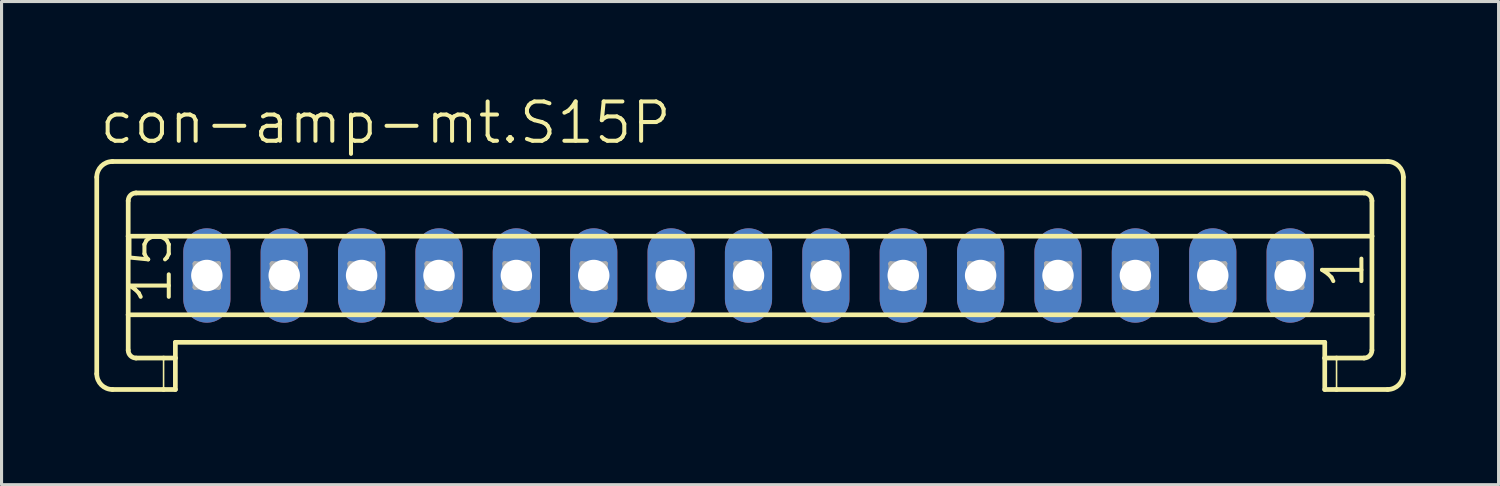
<source format=kicad_pcb>
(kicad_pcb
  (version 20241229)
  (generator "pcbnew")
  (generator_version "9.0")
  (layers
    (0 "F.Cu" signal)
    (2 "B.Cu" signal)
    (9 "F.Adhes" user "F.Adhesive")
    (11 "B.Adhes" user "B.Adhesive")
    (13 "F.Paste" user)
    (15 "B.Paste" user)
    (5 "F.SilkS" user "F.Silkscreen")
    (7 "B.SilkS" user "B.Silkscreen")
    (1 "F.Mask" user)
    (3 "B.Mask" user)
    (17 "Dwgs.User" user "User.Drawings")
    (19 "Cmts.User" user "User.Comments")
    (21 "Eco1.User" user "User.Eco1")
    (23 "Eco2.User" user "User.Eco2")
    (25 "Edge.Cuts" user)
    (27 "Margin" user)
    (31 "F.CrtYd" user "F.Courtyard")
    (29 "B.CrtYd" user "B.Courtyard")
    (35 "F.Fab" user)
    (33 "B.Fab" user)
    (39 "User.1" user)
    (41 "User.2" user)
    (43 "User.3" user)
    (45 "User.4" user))
  (footprint "con-amp-mt.S15P"
    (layer "F.Cu")
    (at 21.133 5.851)
    (property "Reference" "con-amp-mt.S15P" (at -21.032 -4.191 0) (layer "F.SilkS") (effects (font (size 1.27 1.27) (thickness 0.13)) (justify left bottom)))
    (attr through_hole)
    (fp_line (start -21.057 -3.175) (end -21.057 3.175) (stroke (width 0.152) (type default)) (layer "F.SilkS"))
    (fp_line (start -20.549 -3.683) (end 20.65 -3.683) (stroke (width 0.152) (type default)) (layer "F.SilkS"))
    (fp_line (start -20.041 -1.27) (end -20.041 -2.413) (stroke (width 0.152) (type default)) (layer "F.SilkS"))
    (fp_line (start -20.041 -1.27) (end 20.142 -1.27) (stroke (width 0.152) (type default)) (layer "F.SilkS"))
    (fp_line (start -20.041 1.27) (end -20.041 -1.27) (stroke (width 0.152) (type default)) (layer "F.SilkS"))
    (fp_line (start -20.041 1.27) (end 20.142 1.27) (stroke (width 0.152) (type default)) (layer "F.SilkS"))
    (fp_line (start -20.041 2.413) (end -20.041 1.27) (stroke (width 0.152) (type default)) (layer "F.SilkS"))
    (fp_line (start -19.787 -2.667) (end 19.888 -2.667) (stroke (width 0.152) (type default)) (layer "F.SilkS"))
    (fp_line (start -19.787 2.667) (end -18.898 2.667) (stroke (width 0.152) (type default)) (layer "F.SilkS"))
    (fp_line (start -18.898 2.667) (end -18.898 3.683) (stroke (width 0.051) (type default)) (layer "F.SilkS"))
    (fp_line (start -18.898 2.667) (end -18.517 2.667) (stroke (width 0.152) (type default)) (layer "F.SilkS"))
    (fp_line (start -18.898 3.683) (end -20.549 3.683) (stroke (width 0.152) (type default)) (layer "F.SilkS"))
    (fp_line (start -18.517 2.159) (end 18.618 2.159) (stroke (width 0.152) (type default)) (layer "F.SilkS"))
    (fp_line (start -18.517 2.667) (end -18.517 2.159) (stroke (width 0.152) (type default)) (layer "F.SilkS"))
    (fp_line (start -18.517 2.667) (end -18.517 3.683) (stroke (width 0.152) (type default)) (layer "F.SilkS"))
    (fp_line (start -18.517 3.683) (end -18.898 3.683) (stroke (width 0.152) (type default)) (layer "F.SilkS"))
    (fp_line (start 18.618 2.667) (end 18.618 2.159) (stroke (width 0.152) (type default)) (layer "F.SilkS"))
    (fp_line (start 18.618 2.667) (end 18.999 2.667) (stroke (width 0.152) (type default)) (layer "F.SilkS"))
    (fp_line (start 18.618 3.683) (end 18.618 2.667) (stroke (width 0.152) (type default)) (layer "F.SilkS"))
    (fp_line (start 18.999 2.667) (end 18.999 3.683) (stroke (width 0.051) (type default)) (layer "F.SilkS"))
    (fp_line (start 18.999 2.667) (end 19.888 2.667) (stroke (width 0.152) (type default)) (layer "F.SilkS"))
    (fp_line (start 18.999 3.683) (end 18.618 3.683) (stroke (width 0.152) (type default)) (layer "F.SilkS"))
    (fp_line (start 20.142 -1.27) (end 20.142 -2.413) (stroke (width 0.152) (type default)) (layer "F.SilkS"))
    (fp_line (start 20.142 1.27) (end 20.142 -1.27) (stroke (width 0.152) (type default)) (layer "F.SilkS"))
    (fp_line (start 20.142 2.413) (end 20.142 1.27) (stroke (width 0.152) (type default)) (layer "F.SilkS"))
    (fp_line (start 20.65 3.683) (end 18.999 3.683) (stroke (width 0.152) (type default)) (layer "F.SilkS"))
    (fp_line (start 21.158 -3.175) (end 21.158 3.175) (stroke (width 0.152) (type default)) (layer "F.SilkS"))
    (fp_arc (start -21.057 -3.175) (mid -20.90821 -3.53421) (end -20.549 -3.683) (stroke (width 0.1524) (type default)) (layer "F.SilkS"))
    (fp_arc (start -20.549 3.683) (mid -20.90821 3.53421) (end -21.057 3.175) (stroke (width 0.1524) (type default)) (layer "F.SilkS"))
    (fp_arc (start -20.041 -2.413) (mid -19.966605 -2.592605) (end -19.787 -2.667) (stroke (width 0.1524) (type default)) (layer "F.SilkS"))
    (fp_arc (start -19.787 2.667) (mid -19.966605 2.592605) (end -20.041 2.413) (stroke (width 0.1524) (type default)) (layer "F.SilkS"))
    (fp_arc (start 19.888 -2.667) (mid 20.067605 -2.592605) (end 20.142 -2.413) (stroke (width 0.1524) (type default)) (layer "F.SilkS"))
    (fp_arc (start 20.142 2.413) (mid 20.067605 2.592605) (end 19.888 2.667) (stroke (width 0.1524) (type default)) (layer "F.SilkS"))
    (fp_arc (start 20.65 -3.683) (mid 21.00921 -3.53421) (end 21.158 -3.175) (stroke (width 0.1524) (type default)) (layer "F.SilkS"))
    (fp_arc (start 21.158 3.175) (mid 21.00921 3.53421) (end 20.65 3.683) (stroke (width 0.1524) (type default)) (layer "F.SilkS"))
    (fp_line (start -17.882 -0.381) (end -17.882 0.381) (stroke (width 0.152) (type default)) (layer "F.Fab"))
    (fp_line (start -17.882 -0.381) (end -17.12 0.381) (stroke (width 0.152) (type default)) (layer "F.Fab"))
    (fp_line (start -17.882 0.381) (end -17.12 0.381) (stroke (width 0.152) (type default)) (layer "F.Fab"))
    (fp_line (start -17.12 -0.381) (end -17.882 -0.381) (stroke (width 0.152) (type default)) (layer "F.Fab"))
    (fp_line (start -17.12 -0.381) (end -17.882 0.381) (stroke (width 0.152) (type default)) (layer "F.Fab"))
    (fp_line (start -17.12 0.381) (end -17.12 -0.381) (stroke (width 0.152) (type default)) (layer "F.Fab"))
    (fp_line (start -15.393 -0.381) (end -15.393 0.381) (stroke (width 0.152) (type default)) (layer "F.Fab"))
    (fp_line (start -15.393 -0.381) (end -14.631 0.381) (stroke (width 0.152) (type default)) (layer "F.Fab"))
    (fp_line (start -15.393 0.381) (end -14.631 0.381) (stroke (width 0.152) (type default)) (layer "F.Fab"))
    (fp_line (start -14.631 -0.381) (end -15.393 -0.381) (stroke (width 0.152) (type default)) (layer "F.Fab"))
    (fp_line (start -14.631 -0.381) (end -15.393 0.381) (stroke (width 0.152) (type default)) (layer "F.Fab"))
    (fp_line (start -14.631 0.381) (end -14.631 -0.381) (stroke (width 0.152) (type default)) (layer "F.Fab"))
    (fp_line (start -12.878 -0.381) (end -12.878 0.381) (stroke (width 0.152) (type default)) (layer "F.Fab"))
    (fp_line (start -12.878 -0.381) (end -12.116 0.381) (stroke (width 0.152) (type default)) (layer "F.Fab"))
    (fp_line (start -12.878 0.381) (end -12.116 0.381) (stroke (width 0.152) (type default)) (layer "F.Fab"))
    (fp_line (start -12.116 -0.381) (end -12.878 -0.381) (stroke (width 0.152) (type default)) (layer "F.Fab"))
    (fp_line (start -12.116 -0.381) (end -12.878 0.381) (stroke (width 0.152) (type default)) (layer "F.Fab"))
    (fp_line (start -12.116 0.381) (end -12.116 -0.381) (stroke (width 0.152) (type default)) (layer "F.Fab"))
    (fp_line (start -10.389 -0.381) (end -10.389 0.381) (stroke (width 0.152) (type default)) (layer "F.Fab"))
    (fp_line (start -10.389 -0.381) (end -9.627 0.381) (stroke (width 0.152) (type default)) (layer "F.Fab"))
    (fp_line (start -10.389 0.381) (end -9.627 0.381) (stroke (width 0.152) (type default)) (layer "F.Fab"))
    (fp_line (start -9.627 -0.381) (end -10.389 -0.381) (stroke (width 0.152) (type default)) (layer "F.Fab"))
    (fp_line (start -9.627 -0.381) (end -10.389 0.381) (stroke (width 0.152) (type default)) (layer "F.Fab"))
    (fp_line (start -9.627 0.381) (end -9.627 -0.381) (stroke (width 0.152) (type default)) (layer "F.Fab"))
    (fp_line (start -7.875 -0.381) (end -7.875 0.381) (stroke (width 0.152) (type default)) (layer "F.Fab"))
    (fp_line (start -7.875 -0.381) (end -7.113 0.381) (stroke (width 0.152) (type default)) (layer "F.Fab"))
    (fp_line (start -7.875 0.381) (end -7.113 0.381) (stroke (width 0.152) (type default)) (layer "F.Fab"))
    (fp_line (start -7.113 -0.381) (end -7.875 -0.381) (stroke (width 0.152) (type default)) (layer "F.Fab"))
    (fp_line (start -7.113 -0.381) (end -7.875 0.381) (stroke (width 0.152) (type default)) (layer "F.Fab"))
    (fp_line (start -7.113 0.381) (end -7.113 -0.381) (stroke (width 0.152) (type default)) (layer "F.Fab"))
    (fp_line (start -5.385 -0.381) (end -5.385 0.381) (stroke (width 0.152) (type default)) (layer "F.Fab"))
    (fp_line (start -5.385 -0.381) (end -4.623 0.381) (stroke (width 0.152) (type default)) (layer "F.Fab"))
    (fp_line (start -5.385 0.381) (end -4.623 0.381) (stroke (width 0.152) (type default)) (layer "F.Fab"))
    (fp_line (start -4.623 -0.381) (end -5.385 -0.381) (stroke (width 0.152) (type default)) (layer "F.Fab"))
    (fp_line (start -4.623 -0.381) (end -5.385 0.381) (stroke (width 0.152) (type default)) (layer "F.Fab"))
    (fp_line (start -4.623 0.381) (end -4.623 -0.381) (stroke (width 0.152) (type default)) (layer "F.Fab"))
    (fp_line (start -2.896 -0.381) (end -2.896 0.381) (stroke (width 0.152) (type default)) (layer "F.Fab"))
    (fp_line (start -2.896 -0.381) (end -2.134 0.381) (stroke (width 0.152) (type default)) (layer "F.Fab"))
    (fp_line (start -2.896 0.381) (end -2.134 0.381) (stroke (width 0.152) (type default)) (layer "F.Fab"))
    (fp_line (start -2.134 -0.381) (end -2.896 -0.381) (stroke (width 0.152) (type default)) (layer "F.Fab"))
    (fp_line (start -2.134 -0.381) (end -2.896 0.381) (stroke (width 0.152) (type default)) (layer "F.Fab"))
    (fp_line (start -2.134 0.381) (end -2.134 -0.381) (stroke (width 0.152) (type default)) (layer "F.Fab"))
    (fp_line (start -0.407 -0.381) (end -0.407 0.381) (stroke (width 0.152) (type default)) (layer "F.Fab"))
    (fp_line (start -0.407 -0.381) (end 0.355 0.381) (stroke (width 0.152) (type default)) (layer "F.Fab"))
    (fp_line (start -0.407 0.381) (end 0.355 0.381) (stroke (width 0.152) (type default)) (layer "F.Fab"))
    (fp_line (start 0.355 -0.381) (end -0.407 -0.381) (stroke (width 0.152) (type default)) (layer "F.Fab"))
    (fp_line (start 0.355 -0.381) (end -0.407 0.381) (stroke (width 0.152) (type default)) (layer "F.Fab"))
    (fp_line (start 0.355 0.381) (end 0.355 -0.381) (stroke (width 0.152) (type default)) (layer "F.Fab"))
    (fp_line (start 2.108 -0.381) (end 2.108 0.381) (stroke (width 0.152) (type default)) (layer "F.Fab"))
    (fp_line (start 2.108 -0.381) (end 2.87 0.381) (stroke (width 0.152) (type default)) (layer "F.Fab"))
    (fp_line (start 2.108 0.381) (end 2.87 0.381) (stroke (width 0.152) (type default)) (layer "F.Fab"))
    (fp_line (start 2.87 -0.381) (end 2.108 -0.381) (stroke (width 0.152) (type default)) (layer "F.Fab"))
    (fp_line (start 2.87 -0.381) (end 2.108 0.381) (stroke (width 0.152) (type default)) (layer "F.Fab"))
    (fp_line (start 2.87 0.381) (end 2.87 -0.381) (stroke (width 0.152) (type default)) (layer "F.Fab"))
    (fp_line (start 4.597 -0.381) (end 4.597 0.381) (stroke (width 0.152) (type default)) (layer "F.Fab"))
    (fp_line (start 4.597 -0.381) (end 5.359 0.381) (stroke (width 0.152) (type default)) (layer "F.Fab"))
    (fp_line (start 4.597 0.381) (end 5.359 0.381) (stroke (width 0.152) (type default)) (layer "F.Fab"))
    (fp_line (start 5.359 -0.381) (end 4.597 -0.381) (stroke (width 0.152) (type default)) (layer "F.Fab"))
    (fp_line (start 5.359 -0.381) (end 4.597 0.381) (stroke (width 0.152) (type default)) (layer "F.Fab"))
    (fp_line (start 5.359 0.381) (end 5.359 -0.381) (stroke (width 0.152) (type default)) (layer "F.Fab"))
    (fp_line (start 7.137 -0.381) (end 7.137 0.381) (stroke (width 0.152) (type default)) (layer "F.Fab"))
    (fp_line (start 7.137 -0.381) (end 7.899 0.381) (stroke (width 0.152) (type default)) (layer "F.Fab"))
    (fp_line (start 7.137 0.381) (end 7.899 0.381) (stroke (width 0.152) (type default)) (layer "F.Fab"))
    (fp_line (start 7.899 -0.381) (end 7.137 -0.381) (stroke (width 0.152) (type default)) (layer "F.Fab"))
    (fp_line (start 7.899 -0.381) (end 7.137 0.381) (stroke (width 0.152) (type default)) (layer "F.Fab"))
    (fp_line (start 7.899 0.381) (end 7.899 -0.381) (stroke (width 0.152) (type default)) (layer "F.Fab"))
    (fp_line (start 9.626 -0.381) (end 9.626 0.381) (stroke (width 0.152) (type default)) (layer "F.Fab"))
    (fp_line (start 9.626 -0.381) (end 10.388 0.381) (stroke (width 0.152) (type default)) (layer "F.Fab"))
    (fp_line (start 9.626 0.381) (end 10.388 0.381) (stroke (width 0.152) (type default)) (layer "F.Fab"))
    (fp_line (start 10.388 -0.381) (end 9.626 -0.381) (stroke (width 0.152) (type default)) (layer "F.Fab"))
    (fp_line (start 10.388 -0.381) (end 9.626 0.381) (stroke (width 0.152) (type default)) (layer "F.Fab"))
    (fp_line (start 10.388 0.381) (end 10.388 -0.381) (stroke (width 0.152) (type default)) (layer "F.Fab"))
    (fp_line (start 12.141 -0.381) (end 12.141 0.381) (stroke (width 0.152) (type default)) (layer "F.Fab"))
    (fp_line (start 12.141 -0.381) (end 12.903 0.381) (stroke (width 0.152) (type default)) (layer "F.Fab"))
    (fp_line (start 12.141 0.381) (end 12.903 0.381) (stroke (width 0.152) (type default)) (layer "F.Fab"))
    (fp_line (start 12.903 -0.381) (end 12.141 -0.381) (stroke (width 0.152) (type default)) (layer "F.Fab"))
    (fp_line (start 12.903 -0.381) (end 12.141 0.381) (stroke (width 0.152) (type default)) (layer "F.Fab"))
    (fp_line (start 12.903 0.381) (end 12.903 -0.381) (stroke (width 0.152) (type default)) (layer "F.Fab"))
    (fp_line (start 14.63 -0.381) (end 14.63 0.381) (stroke (width 0.152) (type default)) (layer "F.Fab"))
    (fp_line (start 14.63 -0.381) (end 15.392 0.381) (stroke (width 0.152) (type default)) (layer "F.Fab"))
    (fp_line (start 14.63 0.381) (end 15.392 0.381) (stroke (width 0.152) (type default)) (layer "F.Fab"))
    (fp_line (start 15.392 -0.381) (end 14.63 -0.381) (stroke (width 0.152) (type default)) (layer "F.Fab"))
    (fp_line (start 15.392 -0.381) (end 14.63 0.381) (stroke (width 0.152) (type default)) (layer "F.Fab"))
    (fp_line (start 15.392 0.381) (end 15.392 -0.381) (stroke (width 0.152) (type default)) (layer "F.Fab"))
    (fp_line (start 17.119 -0.381) (end 17.119 0.381) (stroke (width 0.152) (type default)) (layer "F.Fab"))
    (fp_line (start 17.119 -0.381) (end 17.881 0.381) (stroke (width 0.152) (type default)) (layer "F.Fab"))
    (fp_line (start 17.119 0.381) (end 17.881 0.381) (stroke (width 0.152) (type default)) (layer "F.Fab"))
    (fp_line (start 17.881 -0.381) (end 17.119 -0.381) (stroke (width 0.152) (type default)) (layer "F.Fab"))
    (fp_line (start 17.881 -0.381) (end 17.119 0.381) (stroke (width 0.152) (type default)) (layer "F.Fab"))
    (fp_line (start 17.881 0.381) (end 17.881 -0.381) (stroke (width 0.152) (type default)) (layer "F.Fab"))
    (fp_text user "15" (at -18.568 1.016 90) (layer "F.SilkS") (effects (font (size 1.27 1.27) (thickness 0.13)) (justify left bottom)))
    (fp_text user "1" (at 19.964 0.508 90) (layer "F.SilkS") (effects (font (size 1.27 1.27) (thickness 0.13)) (justify left bottom)))
    (pad "1" thru_hole oval (at 17.5 0 90) (size 3.048 1.524) (drill 1.016) (layers "*.Cu" "*.Mask"))
    (pad "2" thru_hole oval (at 15 0 90) (size 3.048 1.524) (drill 1.016) (layers "*.Cu" "*.Mask"))
    (pad "3" thru_hole oval (at 12.5 0 90) (size 3.048 1.524) (drill 1.016) (layers "*.Cu" "*.Mask"))
    (pad "4" thru_hole oval (at 10 0 90) (size 3.048 1.524) (drill 1.016) (layers "*.Cu" "*.Mask"))
    (pad "5" thru_hole oval (at 7.5 0 90) (size 3.048 1.524) (drill 1.016) (layers "*.Cu" "*.Mask"))
    (pad "6" thru_hole oval (at 5 0 90) (size 3.048 1.524) (drill 1.016) (layers "*.Cu" "*.Mask"))
    (pad "7" thru_hole oval (at 2.5 0 90) (size 3.048 1.524) (drill 1.016) (layers "*.Cu" "*.Mask"))
    (pad "8" thru_hole oval (at 0 0 90) (size 3.048 1.524) (drill 1.016) (layers "*.Cu" "*.Mask"))
    (pad "9" thru_hole oval (at -2.5 0 90) (size 3.048 1.524) (drill 1.016) (layers "*.Cu" "*.Mask"))
    (pad "10" thru_hole oval (at -5 0 90) (size 3.048 1.524) (drill 1.016) (layers "*.Cu" "*.Mask"))
    (pad "11" thru_hole oval (at -7.5 0 90) (size 3.048 1.524) (drill 1.016) (layers "*.Cu" "*.Mask"))
    (pad "12" thru_hole oval (at -10 0 90) (size 3.048 1.524) (drill 1.016) (layers "*.Cu" "*.Mask"))
    (pad "13" thru_hole oval (at -12.5 0 90) (size 3.048 1.524) (drill 1.016) (layers "*.Cu" "*.Mask"))
    (pad "14" thru_hole oval (at -15 0 90) (size 3.048 1.524) (drill 1.016) (layers "*.Cu" "*.Mask"))
    (pad "15" thru_hole oval (at -17.5 0 90) (size 3.048 1.524) (drill 1.016) (layers "*.Cu" "*.Mask")))
  (gr_rect
    (start -3 -3)
    (end 45.367 12.61)
    (stroke (width 0.1) (type default))
    (fill no)
    (layer "Edge.Cuts")))
</source>
